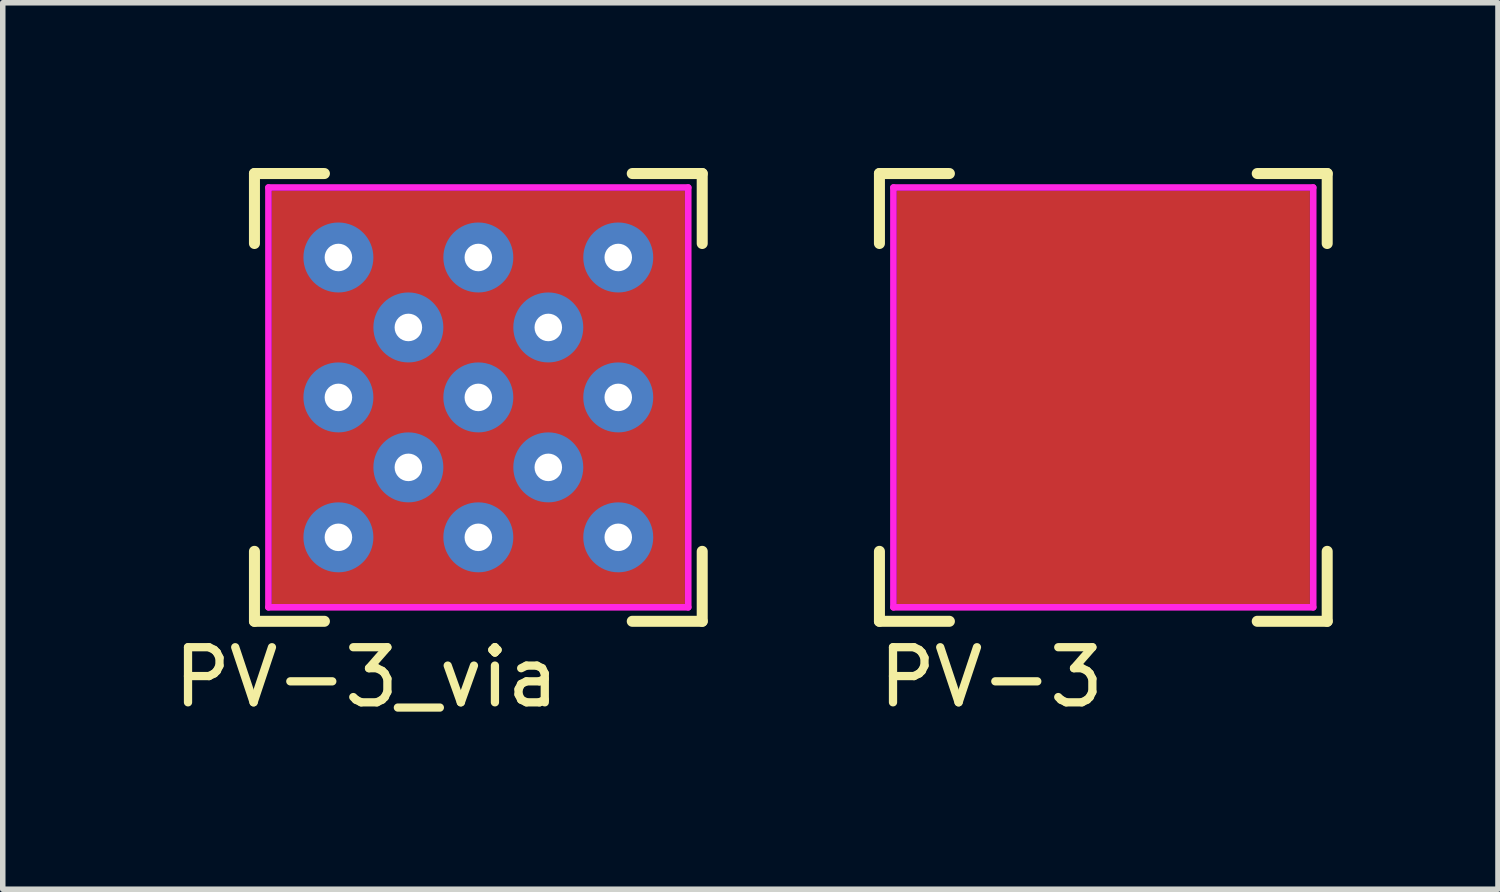
<source format=kicad_pcb>
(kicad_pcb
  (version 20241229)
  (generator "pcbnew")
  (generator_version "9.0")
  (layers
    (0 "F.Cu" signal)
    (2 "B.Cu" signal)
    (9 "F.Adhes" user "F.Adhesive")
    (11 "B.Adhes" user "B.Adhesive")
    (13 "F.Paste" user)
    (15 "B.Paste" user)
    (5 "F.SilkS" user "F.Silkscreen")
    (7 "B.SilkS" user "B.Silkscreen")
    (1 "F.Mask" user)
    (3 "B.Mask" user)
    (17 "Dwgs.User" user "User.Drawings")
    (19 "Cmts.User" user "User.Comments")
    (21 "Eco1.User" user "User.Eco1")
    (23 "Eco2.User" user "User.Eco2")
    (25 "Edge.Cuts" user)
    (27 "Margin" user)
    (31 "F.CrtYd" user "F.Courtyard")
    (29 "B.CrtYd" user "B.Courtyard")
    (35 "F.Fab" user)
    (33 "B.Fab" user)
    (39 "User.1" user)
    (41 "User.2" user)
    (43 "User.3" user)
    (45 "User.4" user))
  (footprint "PV-3"
    (layer "F.Cu")
    (at 16.978 4.164)
    (property "Reference" "PV-3" (at -2.032 5.08 0) (layer "F.SilkS") (effects (font (size 1 1) (thickness 0.15))))
    (attr through_hole)
    (fp_line (start -4.064 -4.064) (end -2.794 -4.064) (stroke (width 0.2) (type solid)) (layer "F.SilkS"))
    (fp_line (start -4.064 -2.794) (end -4.064 -4.064) (stroke (width 0.2) (type solid)) (layer "F.SilkS"))
    (fp_line (start -4.064 2.794) (end -4.064 4.064) (stroke (width 0.2) (type solid)) (layer "F.SilkS"))
    (fp_line (start -4.064 4.064) (end -2.794 4.064) (stroke (width 0.2) (type solid)) (layer "F.SilkS"))
    (fp_line (start 2.794 4.064) (end 4.064 4.064) (stroke (width 0.2) (type solid)) (layer "F.SilkS"))
    (fp_line (start 4.064 -4.064) (end 2.794 -4.064) (stroke (width 0.2) (type solid)) (layer "F.SilkS"))
    (fp_line (start 4.064 -4.064) (end 4.064 -2.794) (stroke (width 0.2) (type solid)) (layer "F.SilkS"))
    (fp_line (start 4.064 2.794) (end 4.064 4.064) (stroke (width 0.2) (type solid)) (layer "F.SilkS"))
    (fp_line (start -3.81 -3.81) (end 3.81 -3.81) (stroke (width 0.12) (type solid)) (layer "F.CrtYd"))
    (fp_line (start -3.81 3.81) (end -3.81 -3.81) (stroke (width 0.12) (type solid)) (layer "F.CrtYd"))
    (fp_line (start 3.81 -3.81) (end 3.81 3.81) (stroke (width 0.12) (type solid)) (layer "F.CrtYd"))
    (fp_line (start 3.81 3.81) (end -3.81 3.81) (stroke (width 0.12) (type solid)) (layer "F.CrtYd"))
    (pad "1" smd rect (at 0 0) (size 7.5 7.5) (layers "F.Cu" "F.Mask" "F.Paste")))
  (footprint "PV-3_via"
    (layer "F.Cu")
    (at 5.633 4.164)
    (property "Reference" "PV-3_via" (at -2.032 5.08 0) (layer "F.SilkS") (effects (font (size 1 1) (thickness 0.15))))
    (attr through_hole)
    (fp_line (start -4.064 -4.064) (end -4.064 -2.794) (stroke (width 0.2) (type solid)) (layer "F.SilkS"))
    (fp_line (start -4.064 -4.064) (end -2.794 -4.064) (stroke (width 0.2) (type solid)) (layer "F.SilkS"))
    (fp_line (start -4.064 2.794) (end -4.064 4.064) (stroke (width 0.2) (type solid)) (layer "F.SilkS"))
    (fp_line (start -4.064 4.064) (end -2.794 4.064) (stroke (width 0.2) (type solid)) (layer "F.SilkS"))
    (fp_line (start 2.794 -4.064) (end 4.064 -4.064) (stroke (width 0.2) (type solid)) (layer "F.SilkS"))
    (fp_line (start 2.794 4.064) (end 4.064 4.064) (stroke (width 0.2) (type solid)) (layer "F.SilkS"))
    (fp_line (start 4.064 -4.064) (end 4.064 -2.794) (stroke (width 0.2) (type solid)) (layer "F.SilkS"))
    (fp_line (start 4.064 2.794) (end 4.064 4.064) (stroke (width 0.2) (type solid)) (layer "F.SilkS"))
    (fp_line (start -3.81 -3.81) (end 3.81 -3.81) (stroke (width 0.12) (type solid)) (layer "F.CrtYd"))
    (fp_line (start -3.81 3.81) (end -3.81 -3.81) (stroke (width 0.12) (type solid)) (layer "F.CrtYd"))
    (fp_line (start 3.81 -3.81) (end 3.81 3.81) (stroke (width 0.12) (type solid)) (layer "F.CrtYd"))
    (fp_line (start 3.81 3.81) (end -3.81 3.81) (stroke (width 0.12) (type solid)) (layer "F.CrtYd"))
    (pad "1" thru_hole circle (at -2.54 -2.54) (size 1.27 1.27) (drill 0.5) (layers "*.Cu" "*.Mask"))
    (pad "1" thru_hole circle (at -2.54 0) (size 1.27 1.27) (drill 0.5) (layers "*.Cu" "*.Mask"))
    (pad "1" thru_hole circle (at -2.54 2.54) (size 1.27 1.27) (drill 0.5) (layers "*.Cu" "*.Mask"))
    (pad "1" thru_hole circle (at -1.27 -1.27) (size 1.27 1.27) (drill 0.5) (layers "*.Cu" "*.Mask"))
    (pad "1" thru_hole circle (at -1.27 1.27) (size 1.27 1.27) (drill 0.5) (layers "*.Cu" "*.Mask"))
    (pad "1" thru_hole circle (at 0 -2.54) (size 1.27 1.27) (drill 0.5) (layers "*.Cu" "*.Mask"))
    (pad "1" thru_hole circle (at 0 0) (size 1.27 1.27) (drill 0.5) (layers "*.Cu" "*.Mask"))
    (pad "1" smd rect (at 0 0) (size 7.5 7.5) (layers "F.Cu" "F.Mask" "F.Paste"))
    (pad "1" thru_hole circle (at 0 2.54) (size 1.27 1.27) (drill 0.5) (layers "*.Cu" "*.Mask"))
    (pad "1" thru_hole circle (at 1.27 -1.27) (size 1.27 1.27) (drill 0.5) (layers "*.Cu" "*.Mask"))
    (pad "1" thru_hole circle (at 1.27 1.27) (size 1.27 1.27) (drill 0.5) (layers "*.Cu" "*.Mask"))
    (pad "1" thru_hole circle (at 2.54 -2.54) (size 1.27 1.27) (drill 0.5) (layers "*.Cu" "*.Mask"))
    (pad "1" thru_hole circle (at 2.54 0) (size 1.27 1.27) (drill 0.5) (layers "*.Cu" "*.Mask"))
    (pad "1" thru_hole circle (at 2.54 2.54) (size 1.27 1.27) (drill 0.5) (layers "*.Cu" "*.Mask")))
  (gr_rect
    (start -3 -3)
    (end 24.142 13.092)
    (stroke (width 0.1) (type default))
    (fill no)
    (layer "Edge.Cuts")))
</source>
